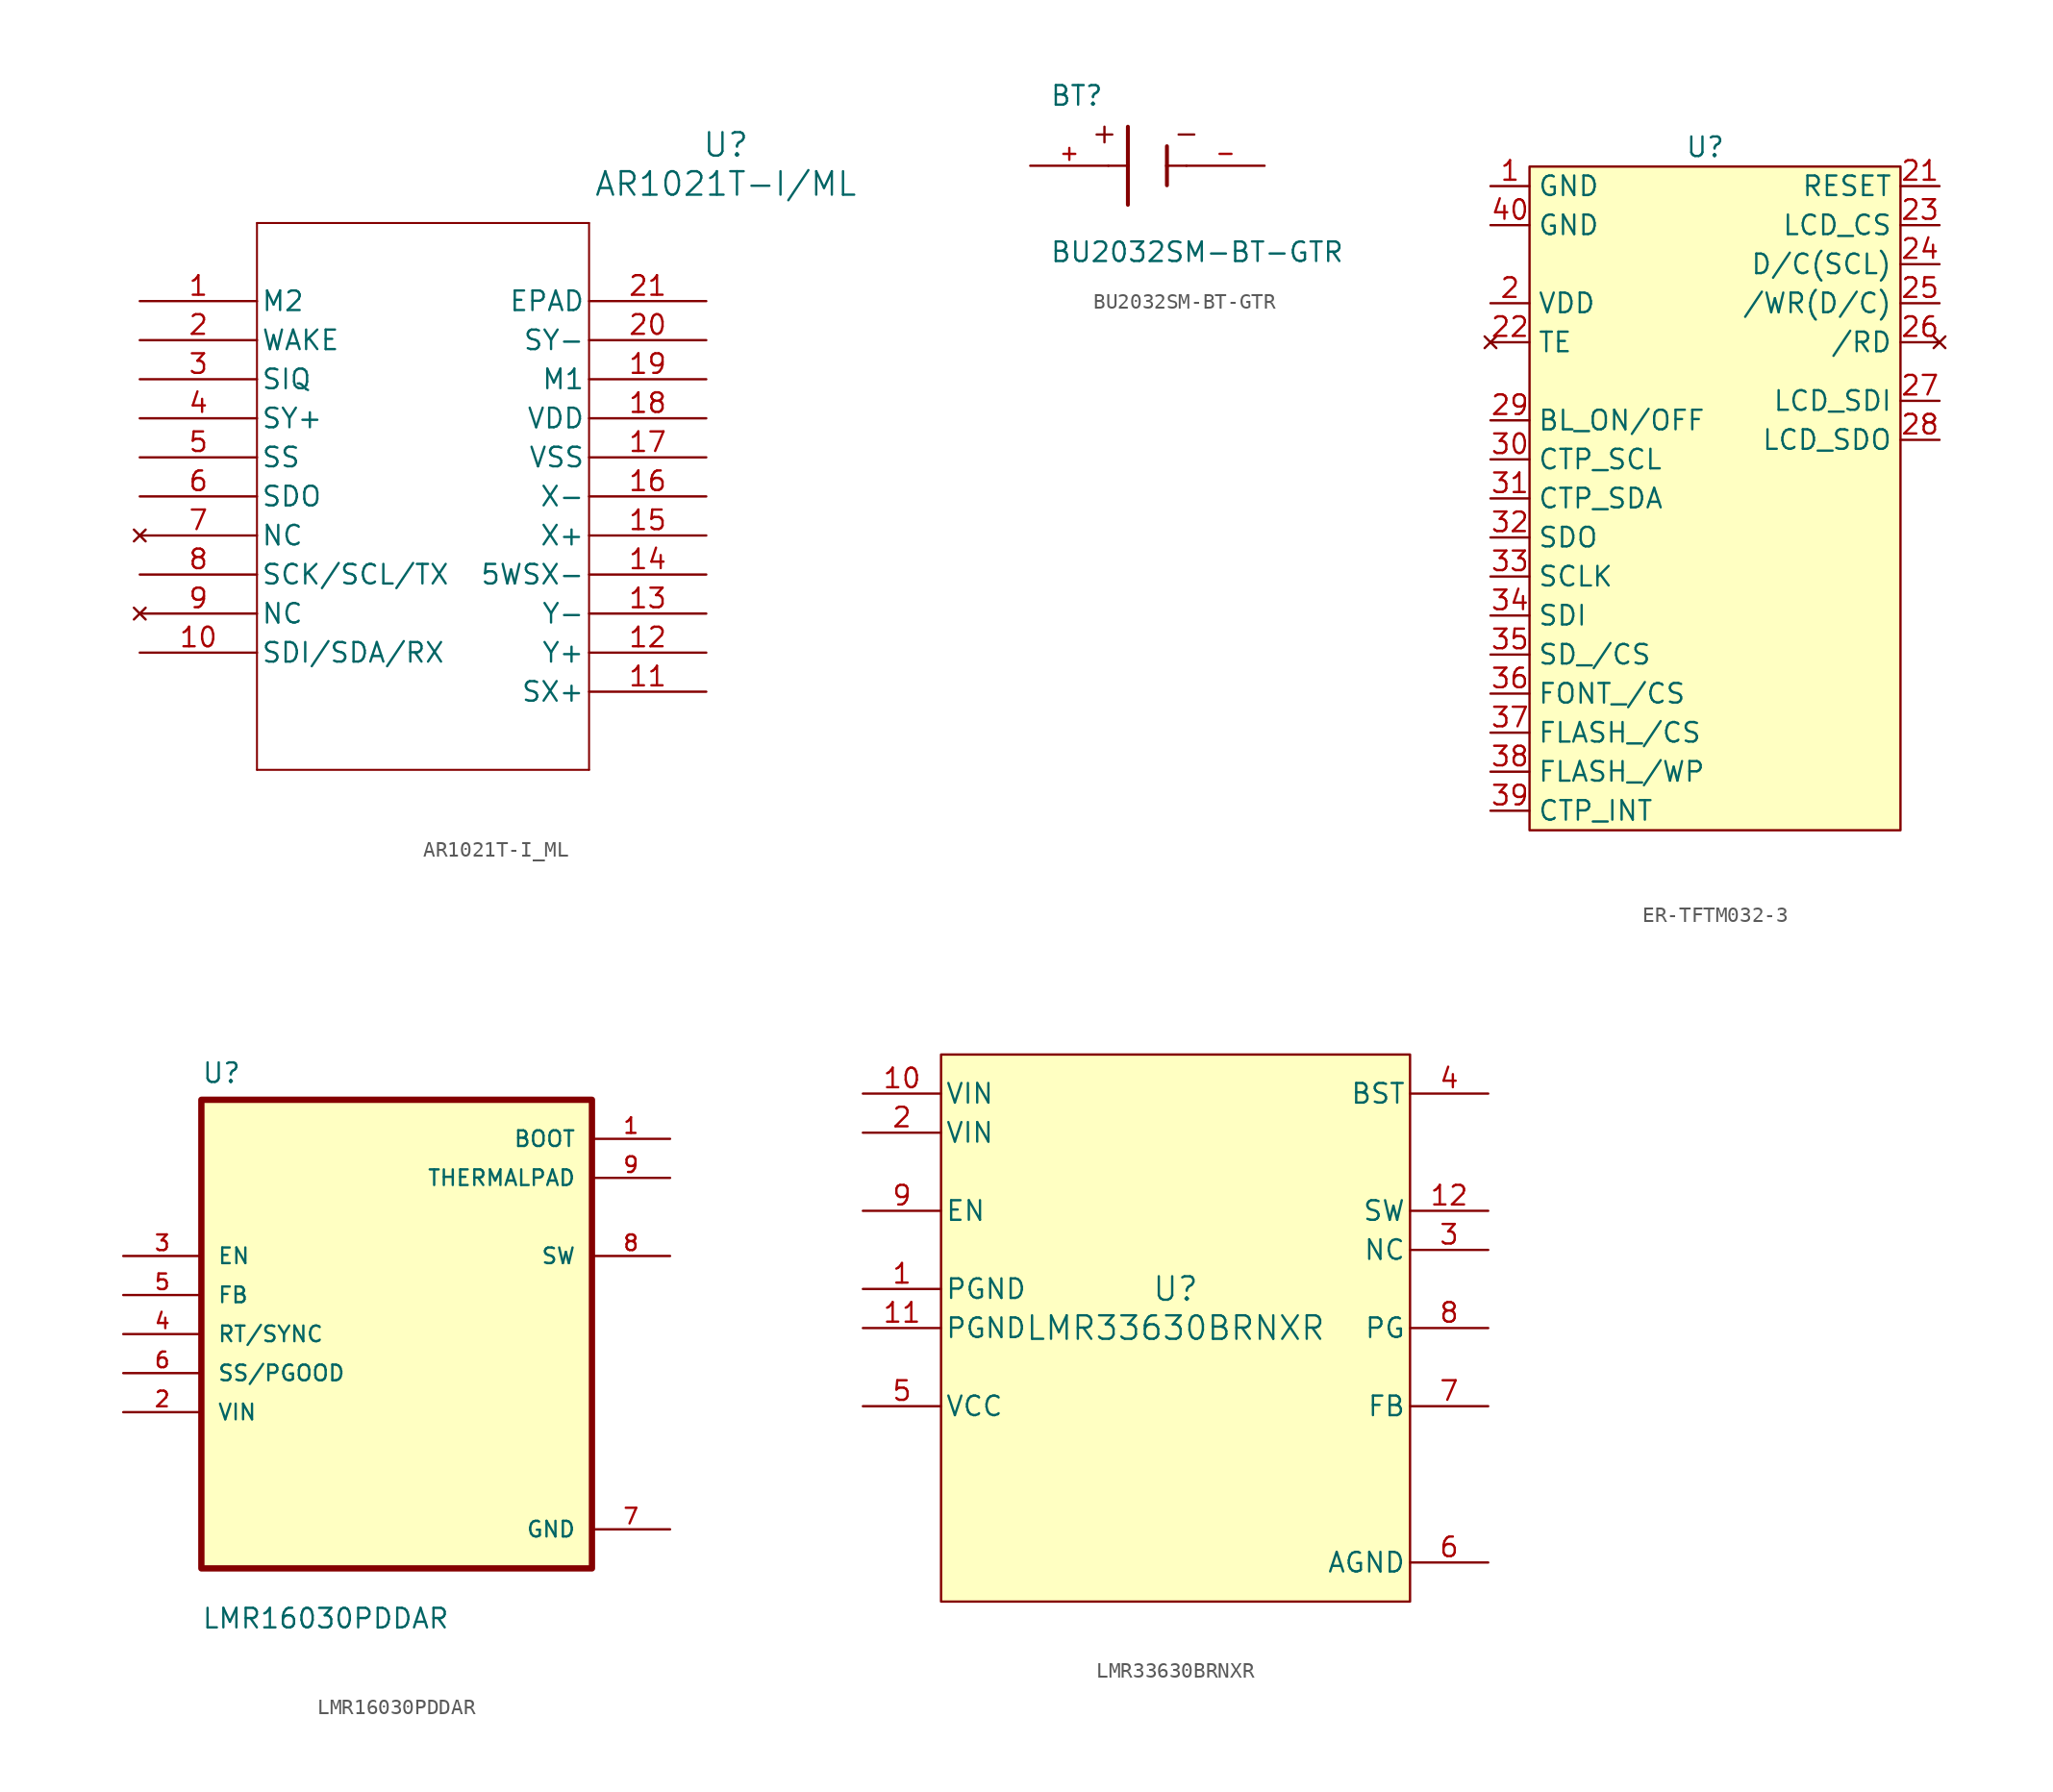
<source format=kicad_sym>
(kicad_symbol_lib
  (version 20241209)
  (generator "kicad_symbol_editor")
  (generator_version "9.0")
  (symbol "AR1021T-I_ML"
    (pin_names
      (offset 0.254))
    (property "Reference" "U"
      (at 38.1 10.16 0)
      (effects (font (size 1.524 1.524))))
    (property "Value" "AR1021T-I/ML"
      (at 38.1 7.62 0)
      (effects (font (size 1.524 1.524))))
    (symbol "AR1021T-I_ML_0_1"
      (polyline (pts (xy 7.62 5.08) (xy 7.62 -30.48)) (stroke (width 0.127) (type default)) (fill (type none)))
      (polyline (pts (xy 7.62 -30.48) (xy 29.21 -30.48)) (stroke (width 0.127) (type default)) (fill (type none)))
      (polyline (pts (xy 29.21 5.08) (xy 7.62 5.08)) (stroke (width 0.127) (type default)) (fill (type none)))
      (polyline (pts (xy 29.21 -30.48) (xy 29.21 5.08)) (stroke (width 0.127) (type default)) (fill (type none)))
      (pin unspecified line (at 0 0 0) (length 7.62) (name "M2" (effects (font (size 1.27 1.27)))) (number "1" (effects (font (size 1.27 1.27)))))
      (pin unspecified line (at 0 -2.54 0) (length 7.62) (name "WAKE" (effects (font (size 1.27 1.27)))) (number "2" (effects (font (size 1.27 1.27)))))
      (pin unspecified line (at 0 -5.08 0) (length 7.62) (name "SIQ" (effects (font (size 1.27 1.27)))) (number "3" (effects (font (size 1.27 1.27)))))
      (pin unspecified line (at 0 -7.62 0) (length 7.62) (name "SY+" (effects (font (size 1.27 1.27)))) (number "4" (effects (font (size 1.27 1.27)))))
      (pin unspecified line (at 0 -10.16 0) (length 7.62) (name "SS" (effects (font (size 1.27 1.27)))) (number "5" (effects (font (size 1.27 1.27)))))
      (pin output line (at 0 -12.7 0) (length 7.62) (name "SDO" (effects (font (size 1.27 1.27)))) (number "6" (effects (font (size 1.27 1.27)))))
      (pin no_connect line (at 0 -15.24 0) (length 7.62) (name "NC" (effects (font (size 1.27 1.27)))) (number "7" (effects (font (size 1.27 1.27)))))
      (pin unspecified line (at 0 -17.78 0) (length 7.62) (name "SCK/SCL/TX" (effects (font (size 1.27 1.27)))) (number "8" (effects (font (size 1.27 1.27)))))
      (pin no_connect line (at 0 -20.32 0) (length 7.62) (name "NC" (effects (font (size 1.27 1.27)))) (number "9" (effects (font (size 1.27 1.27)))))
      (pin unspecified line (at 0 -22.86 0) (length 7.62) (name "SDI/SDA/RX" (effects (font (size 1.27 1.27)))) (number "10" (effects (font (size 1.27 1.27)))))
      (pin unspecified line (at 36.83 0 180) (length 7.62) (name "EPAD" (effects (font (size 1.27 1.27)))) (number "21" (effects (font (size 1.27 1.27)))))
      (pin unspecified line (at 36.83 -2.54 180) (length 7.62) (name "SY-" (effects (font (size 1.27 1.27)))) (number "20" (effects (font (size 1.27 1.27)))))
      (pin unspecified line (at 36.83 -5.08 180) (length 7.62) (name "M1" (effects (font (size 1.27 1.27)))) (number "19" (effects (font (size 1.27 1.27)))))
      (pin power_in line (at 36.83 -7.62 180) (length 7.62) (name "VDD" (effects (font (size 1.27 1.27)))) (number "18" (effects (font (size 1.27 1.27)))))
      (pin power_in line (at 36.83 -10.16 180) (length 7.62) (name "VSS" (effects (font (size 1.27 1.27)))) (number "17" (effects (font (size 1.27 1.27)))))
      (pin unspecified line (at 36.83 -12.7 180) (length 7.62) (name "X-" (effects (font (size 1.27 1.27)))) (number "16" (effects (font (size 1.27 1.27)))))
      (pin unspecified line (at 36.83 -15.24 180) (length 7.62) (name "X+" (effects (font (size 1.27 1.27)))) (number "15" (effects (font (size 1.27 1.27)))))
      (pin unspecified line (at 36.83 -17.78 180) (length 7.62) (name "5WSX-" (effects (font (size 1.27 1.27)))) (number "14" (effects (font (size 1.27 1.27)))))
      (pin unspecified line (at 36.83 -20.32 180) (length 7.62) (name "Y-" (effects (font (size 1.27 1.27)))) (number "13" (effects (font (size 1.27 1.27)))))
      (pin unspecified line (at 36.83 -22.86 180) (length 7.62) (name "Y+" (effects (font (size 1.27 1.27)))) (number "12" (effects (font (size 1.27 1.27)))))
      (pin unspecified line (at 36.83 -25.4 180) (length 7.62) (name "SX+" (effects (font (size 1.27 1.27)))) (number "11" (effects (font (size 1.27 1.27)))))))
  (symbol "BU2032SM-BT-GTR"
    (pin_names
      (offset 1.016))
    (property "Reference" "BT"
      (at -6.361 3.814 0)
      (effects (font (size 1.27 1.27)) (justify left bottom)))
    (property "Value" "BU2032SM-BT-GTR"
      (at -6.362 -6.358 0)
      (effects (font (size 1.27 1.27)) (justify left bottom)))
    (symbol "BU2032SM-BT-GTR_0_0"
      (polyline (pts (xy -3.302 2.032) (xy -2.286 2.032)) (stroke (width 0.152) (type default)) (fill (type none)))
      (polyline (pts (xy -2.794 2.54) (xy -2.794 1.524)) (stroke (width 0.152) (type default)) (fill (type none)))
      (polyline (pts (xy -2.54 0) (xy -1.27 0)) (stroke (width 0.152) (type default)) (fill (type none)))
      (polyline (pts (xy -1.27 2.54) (xy -1.27 0)) (stroke (width 0.254) (type default)) (fill (type none)))
      (polyline (pts (xy -1.27 0) (xy -1.27 -2.54)) (stroke (width 0.254) (type default)) (fill (type none)))
      (polyline (pts (xy 1.27 1.27) (xy 1.27 0)) (stroke (width 0.254) (type default)) (fill (type none)))
      (polyline (pts (xy 1.27 0) (xy 1.27 -1.27)) (stroke (width 0.254) (type default)) (fill (type none)))
      (polyline (pts (xy 1.27 0) (xy 2.54 0)) (stroke (width 0.152) (type default)) (fill (type none)))
      (polyline (pts (xy 2.032 2.032) (xy 3.048 2.032)) (stroke (width 0.152) (type default)) (fill (type none)))
      (pin passive line (at -7.62 0 0) (length 5.08) (name "~" (effects (font (size 1.016 1.016)))) (number "+" (effects (font (size 1.016 1.016)))))
      (pin passive line (at 7.62 0 180) (length 5.08) (name "~" (effects (font (size 1.016 1.016)))) (number "-" (effects (font (size 1.016 1.016)))))))
  (symbol "ER-TFTM032-3"
    (property "Reference" "U"
      (at 0 1.27 0)
      (effects (font (size 1.27 1.27))))
    (property "Value" ""
      (at -11.43 -1.27 0)
      (effects (font (size 1.27 1.27))))
    (symbol "ER-TFTM032-3_1_1"
      (rectangle (start -11.43 0) (end 12.7 -43.18) (stroke (width 0) (type default)) (fill (type background)))
      (pin input line (at -13.97 -1.27 0) (length 2.54) (name "GND" (effects (font (size 1.27 1.27)))) (number "1" (effects (font (size 1.27 1.27)))))
      (pin input line (at -13.97 -3.81 0) (length 2.54) (name "GND" (effects (font (size 1.27 1.27)))) (number "40" (effects (font (size 1.27 1.27)))))
      (pin input line (at -13.97 -8.89 0) (length 2.54) (name "VDD" (effects (font (size 1.27 1.27)))) (number "2" (effects (font (size 1.27 1.27)))))
      (pin no_connect line (at -13.97 -11.43 0) (length 2.54) (name "TE" (effects (font (size 1.27 1.27)))) (number "22" (effects (font (size 1.27 1.27)))))
      (pin input line (at -13.97 -16.51 0) (length 2.54) (name "BL_ON/OFF" (effects (font (size 1.27 1.27)))) (number "29" (effects (font (size 1.27 1.27)))))
      (pin input line (at -13.97 -19.05 0) (length 2.54) (name "CTP_SCL" (effects (font (size 1.27 1.27)))) (number "30" (effects (font (size 1.27 1.27)))))
      (pin input line (at -13.97 -21.59 0) (length 2.54) (name "CTP_SDA" (effects (font (size 1.27 1.27)))) (number "31" (effects (font (size 1.27 1.27)))))
      (pin input line (at -13.97 -24.13 0) (length 2.54) (name "SDO" (effects (font (size 1.27 1.27)))) (number "32" (effects (font (size 1.27 1.27)))))
      (pin input line (at -13.97 -26.67 0) (length 2.54) (name "SCLK" (effects (font (size 1.27 1.27)))) (number "33" (effects (font (size 1.27 1.27)))))
      (pin input line (at -13.97 -29.21 0) (length 2.54) (name "SDI" (effects (font (size 1.27 1.27)))) (number "34" (effects (font (size 1.27 1.27)))))
      (pin input line (at -13.97 -31.75 0) (length 2.54) (name "SD_/CS" (effects (font (size 1.27 1.27)))) (number "35" (effects (font (size 1.27 1.27)))))
      (pin input line (at -13.97 -34.29 0) (length 2.54) (name "FONT_/CS" (effects (font (size 1.27 1.27)))) (number "36" (effects (font (size 1.27 1.27)))))
      (pin input line (at -13.97 -36.83 0) (length 2.54) (name "FLASH_/CS" (effects (font (size 1.27 1.27)))) (number "37" (effects (font (size 1.27 1.27)))))
      (pin input line (at -13.97 -39.37 0) (length 2.54) (name "FLASH_/WP" (effects (font (size 1.27 1.27)))) (number "38" (effects (font (size 1.27 1.27)))))
      (pin input line (at -13.97 -41.91 0) (length 2.54) (name "CTP_INT" (effects (font (size 1.27 1.27)))) (number "39" (effects (font (size 1.27 1.27)))))
      (pin input line (at 15.24 -1.27 180) (length 2.54) (name "RESET" (effects (font (size 1.27 1.27)))) (number "21" (effects (font (size 1.27 1.27)))))
      (pin input line (at 15.24 -3.81 180) (length 2.54) (name "LCD_CS" (effects (font (size 1.27 1.27)))) (number "23" (effects (font (size 1.27 1.27)))))
      (pin input line (at 15.24 -6.35 180) (length 2.54) (name "D/C(SCL)" (effects (font (size 1.27 1.27)))) (number "24" (effects (font (size 1.27 1.27)))))
      (pin input line (at 15.24 -8.89 180) (length 2.54) (name "/WR(D/C)" (effects (font (size 1.27 1.27)))) (number "25" (effects (font (size 1.27 1.27)))))
      (pin no_connect line (at 15.24 -11.43 180) (length 2.54) (name "/RD" (effects (font (size 1.27 1.27)))) (number "26" (effects (font (size 1.27 1.27)))))
      (pin input line (at 15.24 -15.24 180) (length 2.54) (name "LCD_SDI" (effects (font (size 1.27 1.27)))) (number "27" (effects (font (size 1.27 1.27)))))
      (pin input line (at 15.24 -17.78 180) (length 2.54) (name "LCD_SDO" (effects (font (size 1.27 1.27)))) (number "28" (effects (font (size 1.27 1.27)))))
      (pin no_connect line (at 15.24 -21.59 180) (length 2.54) (hide yes) (name "DB7" (effects (font (size 1.27 1.27)))) (number "10" (effects (font (size 1.27 1.27)))))
      (pin no_connect line (at 15.24 -21.59 180) (length 2.54) (hide yes) (name "DB8" (effects (font (size 1.27 1.27)))) (number "11" (effects (font (size 1.27 1.27)))))
      (pin no_connect line (at 15.24 -21.59 180) (length 2.54) (hide yes) (name "DB9" (effects (font (size 1.27 1.27)))) (number "12" (effects (font (size 1.27 1.27)))))
      (pin no_connect line (at 15.24 -21.59 180) (length 2.54) (hide yes) (name "DB10" (effects (font (size 1.27 1.27)))) (number "13" (effects (font (size 1.27 1.27)))))
      (pin no_connect line (at 15.24 -21.59 180) (length 2.54) (hide yes) (name "DB11" (effects (font (size 1.27 1.27)))) (number "14" (effects (font (size 1.27 1.27)))))
      (pin no_connect line (at 15.24 -21.59 180) (length 2.54) (hide yes) (name "DB12" (effects (font (size 1.27 1.27)))) (number "15" (effects (font (size 1.27 1.27)))))
      (pin no_connect line (at 15.24 -21.59 180) (length 2.54) (hide yes) (name "DB13" (effects (font (size 1.27 1.27)))) (number "16" (effects (font (size 1.27 1.27)))))
      (pin no_connect line (at 15.24 -21.59 180) (length 2.54) (hide yes) (name "DB14" (effects (font (size 1.27 1.27)))) (number "17" (effects (font (size 1.27 1.27)))))
      (pin no_connect line (at 15.24 -21.59 180) (length 2.54) (hide yes) (name "DB15" (effects (font (size 1.27 1.27)))) (number "18" (effects (font (size 1.27 1.27)))))
      (pin no_connect line (at 15.24 -21.59 180) (length 2.54) (hide yes) (name "NC" (effects (font (size 1.27 1.27)))) (number "19" (effects (font (size 1.27 1.27)))))
      (pin no_connect line (at 15.24 -21.59 180) (length 2.54) (hide yes) (name "NC" (effects (font (size 1.27 1.27)))) (number "20" (effects (font (size 1.27 1.27)))))
      (pin no_connect line (at 15.24 -21.59 180) (length 2.54) (hide yes) (name "DB0" (effects (font (size 1.27 1.27)))) (number "3" (effects (font (size 1.27 1.27)))))
      (pin no_connect line (at 15.24 -21.59 180) (length 2.54) (hide yes) (name "DB1" (effects (font (size 1.27 1.27)))) (number "4" (effects (font (size 1.27 1.27)))))
      (pin no_connect line (at 15.24 -21.59 180) (length 2.54) (hide yes) (name "DB2" (effects (font (size 1.27 1.27)))) (number "5" (effects (font (size 1.27 1.27)))))
      (pin no_connect line (at 15.24 -21.59 180) (length 2.54) (hide yes) (name "DB3" (effects (font (size 1.27 1.27)))) (number "6" (effects (font (size 1.27 1.27)))))
      (pin no_connect line (at 15.24 -21.59 180) (length 2.54) (hide yes) (name "DB4" (effects (font (size 1.27 1.27)))) (number "7" (effects (font (size 1.27 1.27)))))
      (pin no_connect line (at 15.24 -21.59 180) (length 2.54) (hide yes) (name "DB5" (effects (font (size 1.27 1.27)))) (number "8" (effects (font (size 1.27 1.27)))))
      (pin no_connect line (at 15.24 -21.59 180) (length 2.54) (hide yes) (name "DB6" (effects (font (size 1.27 1.27)))) (number "9" (effects (font (size 1.27 1.27)))))))
  (symbol "LMR16030PDDAR"
    (pin_names
      (offset 1.016))
    (property "Reference" "U"
      (at -12.7 16.24 0)
      (effects (font (size 1.27 1.27)) (justify left bottom)))
    (property "Value" "LMR16030PDDAR"
      (at -12.7 -19.24 0)
      (effects (font (size 1.27 1.27)) (justify left bottom)))
    (symbol "LMR16030PDDAR_0_0"
      (rectangle (start -12.7 -15.24) (end 12.7 15.24) (stroke (width 0.41) (type default)) (fill (type background)))
      (pin input line (at -17.78 5.08 0) (length 5.08) (name "EN" (effects (font (size 1.016 1.016)))) (number "3" (effects (font (size 1.016 1.016)))))
      (pin input line (at -17.78 2.54 0) (length 5.08) (name "FB" (effects (font (size 1.016 1.016)))) (number "5" (effects (font (size 1.016 1.016)))))
      (pin input line (at -17.78 0 0) (length 5.08) (name "RT/SYNC" (effects (font (size 1.016 1.016)))) (number "4" (effects (font (size 1.016 1.016)))))
      (pin input line (at -17.78 -2.54 0) (length 5.08) (name "SS/PGOOD" (effects (font (size 1.016 1.016)))) (number "6" (effects (font (size 1.016 1.016)))))
      (pin input line (at -17.78 -5.08 0) (length 5.08) (name "VIN" (effects (font (size 1.016 1.016)))) (number "2" (effects (font (size 1.016 1.016)))))
      (pin power_in line (at 17.78 12.7 180) (length 5.08) (name "BOOT" (effects (font (size 1.016 1.016)))) (number "1" (effects (font (size 1.016 1.016)))))
      (pin power_in line (at 17.78 10.16 180) (length 5.08) (name "THERMALPAD" (effects (font (size 1.016 1.016)))) (number "9" (effects (font (size 1.016 1.016)))))
      (pin output line (at 17.78 5.08 180) (length 5.08) (name "SW" (effects (font (size 1.016 1.016)))) (number "8" (effects (font (size 1.016 1.016)))))
      (pin power_in line (at 17.78 -12.7 180) (length 5.08) (name "GND" (effects (font (size 1.016 1.016)))) (number "7" (effects (font (size 1.016 1.016)))))))
  (symbol "LMR33630BRNXR"
    (pin_names
      (offset 0.254))
    (property "Reference" "U"
      (at 0 2.54 0)
      (effects (font (size 1.524 1.524))))
    (property "Value" "LMR33630BRNXR"
      (at 0 0 0)
      (effects (font (size 1.524 1.524))))
    (symbol "LMR33630BRNXR_0_1"
      (pin power_in line (at -20.32 15.24 0) (length 5.08) (name "VIN" (effects (font (size 1.27 1.27)))) (number "10" (effects (font (size 1.27 1.27)))))
      (pin power_in line (at -20.32 12.7 0) (length 5.08) (name "VIN" (effects (font (size 1.27 1.27)))) (number "2" (effects (font (size 1.27 1.27)))))
      (pin input line (at -20.32 7.62 0) (length 5.08) (name "EN" (effects (font (size 1.27 1.27)))) (number "9" (effects (font (size 1.27 1.27)))))
      (pin power_in line (at -20.32 2.54 0) (length 5.08) (name "PGND" (effects (font (size 1.27 1.27)))) (number "1" (effects (font (size 1.27 1.27)))))
      (pin power_in line (at -20.32 0 0) (length 5.08) (name "PGND" (effects (font (size 1.27 1.27)))) (number "11" (effects (font (size 1.27 1.27)))))
      (pin power_in line (at -20.32 -5.08 0) (length 5.08) (name "VCC" (effects (font (size 1.27 1.27)))) (number "5" (effects (font (size 1.27 1.27)))))
      (pin unspecified line (at 20.32 15.24 180) (length 5.08) (name "BST" (effects (font (size 1.27 1.27)))) (number "4" (effects (font (size 1.27 1.27)))))
      (pin power_in line (at 20.32 7.62 180) (length 5.08) (name "SW" (effects (font (size 1.27 1.27)))) (number "12" (effects (font (size 1.27 1.27)))))
      (pin unspecified line (at 20.32 5.08 180) (length 5.08) (name "NC" (effects (font (size 1.27 1.27)))) (number "3" (effects (font (size 1.27 1.27)))))
      (pin open_collector line (at 20.32 0 180) (length 5.08) (name "PG" (effects (font (size 1.27 1.27)))) (number "8" (effects (font (size 1.27 1.27)))))
      (pin input line (at 20.32 -5.08 180) (length 5.08) (name "FB" (effects (font (size 1.27 1.27)))) (number "7" (effects (font (size 1.27 1.27)))))
      (pin power_in line (at 20.32 -15.24 180) (length 5.08) (name "AGND" (effects (font (size 1.27 1.27)))) (number "6" (effects (font (size 1.27 1.27))))))
    (symbol "LMR33630BRNXR_1_1"
      (rectangle (start -15.24 17.78) (end 15.24 -17.78) (stroke (width 0) (type default)) (fill (type background))))))
</source>
